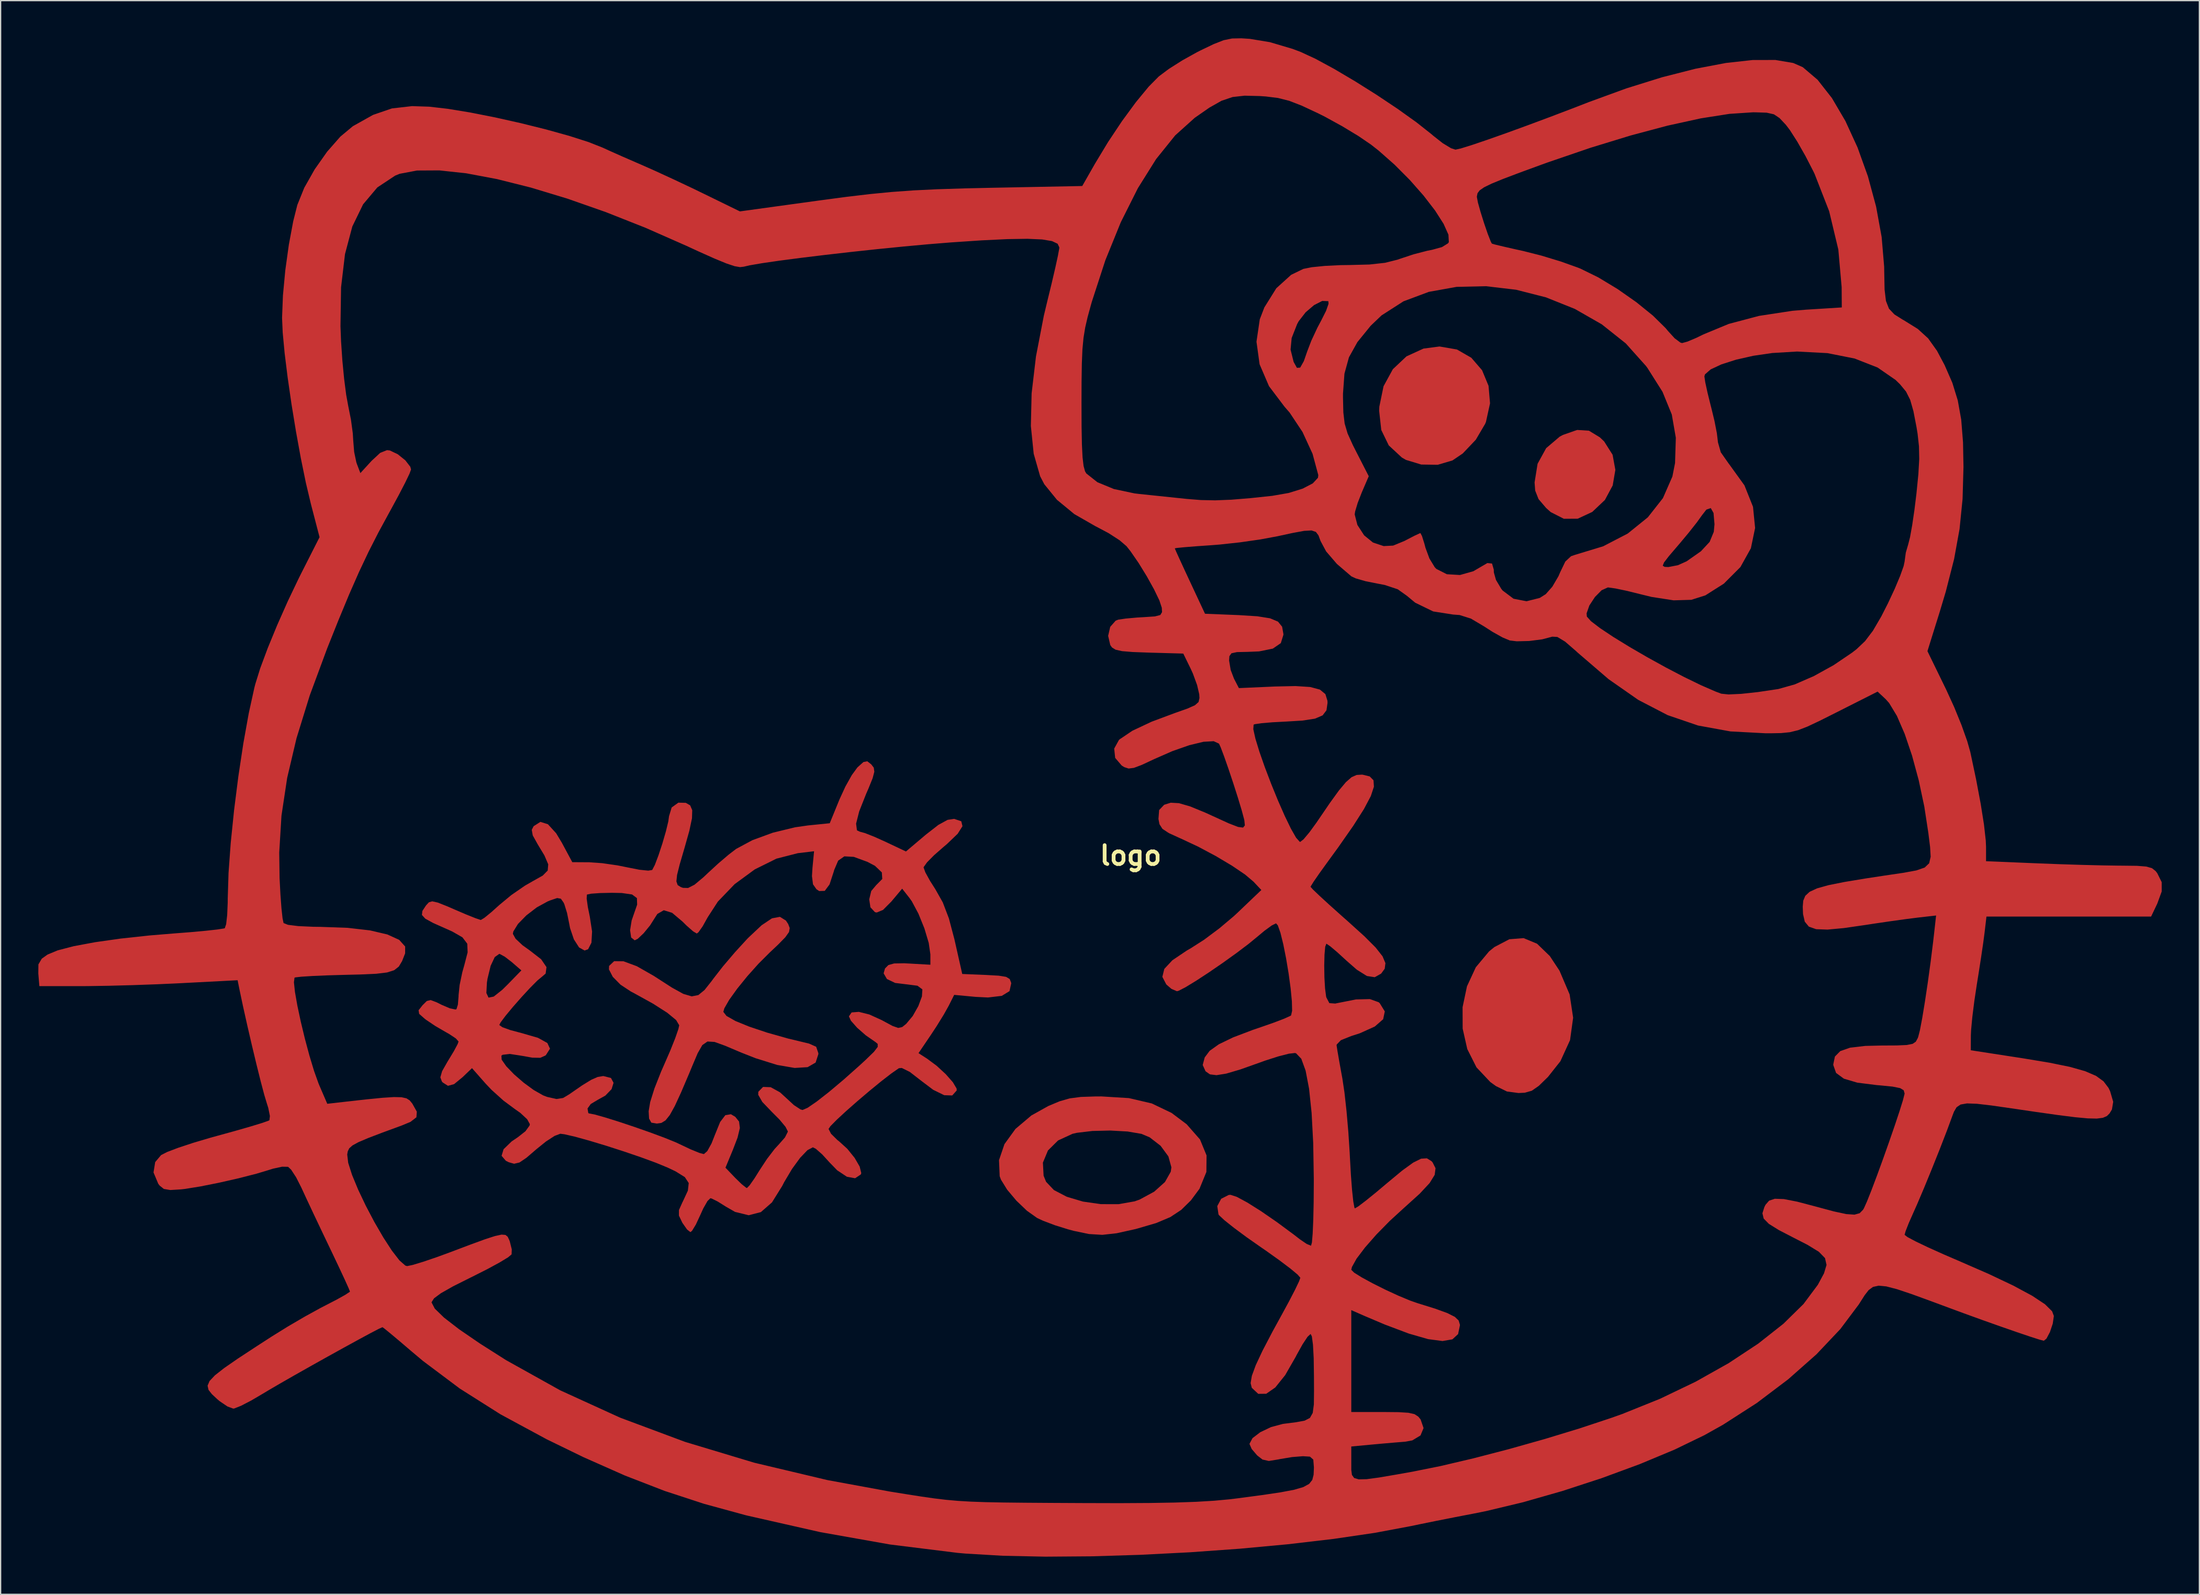
<source format=kicad_pcb>
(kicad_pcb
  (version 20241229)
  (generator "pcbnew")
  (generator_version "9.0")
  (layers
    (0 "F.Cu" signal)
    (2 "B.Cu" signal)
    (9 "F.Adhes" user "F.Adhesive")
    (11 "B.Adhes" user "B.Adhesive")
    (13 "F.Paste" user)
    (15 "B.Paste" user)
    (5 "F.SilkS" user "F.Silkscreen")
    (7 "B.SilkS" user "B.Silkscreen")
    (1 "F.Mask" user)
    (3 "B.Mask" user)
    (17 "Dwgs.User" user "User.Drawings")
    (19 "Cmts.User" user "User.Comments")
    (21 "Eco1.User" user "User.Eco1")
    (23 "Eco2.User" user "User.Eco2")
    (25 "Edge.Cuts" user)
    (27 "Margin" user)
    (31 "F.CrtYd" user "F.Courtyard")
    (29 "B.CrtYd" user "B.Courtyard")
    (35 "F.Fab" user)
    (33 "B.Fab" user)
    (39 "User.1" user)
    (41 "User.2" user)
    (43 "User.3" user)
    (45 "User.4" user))
  (footprint "logo"
    (layer "F.Cu")
    (at 86.957 65.07)
    (property "Reference" "logo" (at 0 0 0) (layer "F.SilkS") (effects (font (size 1.5 1.5) (thickness 0.3))))
    (attr board_only exclude_from_pos_files exclude_from_bom)
    (fp_poly (pts (xy 36.481 -33.825) (xy 37.355 -33.293) (xy 37.696 -32.965) (xy 38.365 -31.91) (xy 38.585 -30.705) (xy 38.374 -29.466) (xy 37.754 -28.311) (xy 36.749 -27.359) (xy 35.589 -26.817) (xy 34.485 -26.811) (xy 33.439 -27.344) (xy 33.074 -27.67) (xy 32.469 -28.379) (xy 32.203 -29.054) (xy 32.155 -29.707) (xy 32.394 -31.192) (xy 33.076 -32.434) (xy 34.155 -33.351) (xy 34.417 -33.49) (xy 35.545 -33.884)) (stroke (width 0) (type solid)) (fill yes) (layer "F.Cu"))
    (fp_poly (pts (xy 25.974 -40.291) (xy 27.12 -39.631) (xy 27.975 -38.639) (xy 28.489 -37.401) (xy 28.609 -36.003) (xy 28.286 -34.533) (xy 28.223 -34.376) (xy 27.477 -33.107) (xy 26.44 -32.015) (xy 25.616 -31.456) (xy 24.447 -31.111) (xy 23.133 -31.13) (xy 21.917 -31.499) (xy 21.589 -31.688) (xy 20.547 -32.653) (xy 19.951 -33.879) (xy 19.781 -35.412) (xy 19.796 -35.737) (xy 20.131 -37.365) (xy 20.872 -38.721) (xy 21.955 -39.742) (xy 23.314 -40.364) (xy 24.589 -40.53)) (stroke (width 0) (type solid)) (fill yes) (layer "F.Cu"))
    (fp_poly (pts (xy 32.352 7.026) (xy 33.368 8.008) (xy 34.138 9.173) (xy 34.945 11.064) (xy 35.224 12.919) (xy 34.978 14.703) (xy 34.211 16.382) (xy 33.224 17.629) (xy 32.492 18.343) (xy 31.931 18.733) (xy 31.371 18.891) (xy 30.875 18.915) (xy 29.956 18.793) (xy 29.08 18.363) (xy 28.627 18.037) (xy 27.528 16.869) (xy 26.797 15.415) (xy 26.429 13.783) (xy 26.423 12.082) (xy 26.773 10.418) (xy 27.477 8.9) (xy 28.532 7.636) (xy 28.957 7.292) (xy 30.149 6.669) (xy 31.28 6.58)) (stroke (width 0) (type solid)) (fill yes) (layer "F.Cu"))
    (fp_poly (pts (xy -0.142 19.319) (xy 1.681 19.745) (xy 3.257 20.5) (xy 4.461 21.405) (xy 5.519 22.611) (xy 6.042 23.882) (xy 6.029 25.198) (xy 5.479 26.542) (xy 4.795 27.464) (xy 4.029 28.216) (xy 3.156 28.794) (xy 2.036 29.267) (xy 0.534 29.707) (xy 0.304 29.766) (xy -1.12 30.081) (xy -2.255 30.207) (xy -3.318 30.143) (xy -4.528 29.89) (xy -4.999 29.764) (xy -6.027 29.443) (xy -6.97 29.086) (xy -7.451 28.862) (xy -8.257 28.289) (xy -9.098 27.485) (xy -9.835 26.607) (xy -10.326 25.812) (xy -10.426 25.54) (xy -10.472 24.459) (xy -6.986 24.459) (xy -6.93 25.499) (xy -6.732 25.984) (xy -6.106 26.644) (xy -5.083 27.177) (xy -3.795 27.559) (xy -2.377 27.763) (xy -0.96 27.765) (xy 0.32 27.539) (xy 0.71 27.401) (xy 1.873 26.771) (xy 2.731 26.001) (xy 3.191 25.185) (xy 3.243 24.83) (xy 3.004 23.962) (xy 2.382 23.114) (xy 1.514 22.442) (xy 0.861 22.167) (xy -0.237 21.979) (xy -1.62 21.902) (xy -3.046 21.936) (xy -4.274 22.081) (xy -4.628 22.162) (xy -5.78 22.693) (xy -6.584 23.491) (xy -6.986 24.459) (xy -10.472 24.459) (xy -10.481 24.263) (xy -10.047 22.985) (xy -9.172 21.775) (xy -7.903 20.702) (xy -6.559 19.951) (xy -5.657 19.573) (xy -4.859 19.343) (xy -3.971 19.226) (xy -2.8 19.187) (xy -2.327 19.185)) (stroke (width 0) (type solid)) (fill yes) (layer "F.Cu"))
    (fp_poly (pts (xy -27.442 5.185) (xy -27.26 5.463) (xy -27.141 5.778) (xy -27.196 6.094) (xy -27.488 6.507) (xy -28.078 7.11) (xy -28.734 7.728) (xy -29.628 8.621) (xy -30.517 9.615) (xy -31.32 10.606) (xy -31.956 11.491) (xy -32.344 12.167) (xy -32.426 12.451) (xy -32.172 12.778) (xy -31.46 13.181) (xy -30.36 13.631) (xy -28.944 14.104) (xy -27.285 14.573) (xy -25.603 14.978) (xy -25.036 15.231) (xy -24.861 15.74) (xy -24.86 15.818) (xy -25.078 16.488) (xy -25.716 16.855) (xy -26.746 16.918) (xy -28.139 16.679) (xy -29.869 16.139) (xy -31.043 15.676) (xy -32.279 15.151) (xy -33.121 14.847) (xy -33.687 14.812) (xy -34.096 15.095) (xy -34.467 15.743) (xy -34.917 16.805) (xy -35.144 17.353) (xy -35.79 18.868) (xy -36.288 19.949) (xy -36.685 20.666) (xy -37.026 21.091) (xy -37.357 21.294) (xy -37.723 21.347) (xy -37.726 21.347) (xy -38.157 21.274) (xy -38.337 20.951) (xy -38.37 20.365) (xy -38.247 19.629) (xy -37.906 18.54) (xy -37.385 17.221) (xy -37.154 16.695) (xy -36.656 15.551) (xy -36.257 14.552) (xy -36.004 13.822) (xy -35.938 13.52) (xy -36.184 13.105) (xy -36.894 12.52) (xy -38.032 11.793) (xy -39.558 10.95) (xy -39.78 10.835) (xy -40.608 10.289) (xy -41.228 9.66) (xy -41.532 9.072) (xy -41.52 8.796) (xy -41.119 8.415) (xy -40.375 8.424) (xy -39.314 8.817) (xy -37.962 9.588) (xy -37.769 9.713) (xy -36.518 10.52) (xy -35.61 11.021) (xy -34.943 11.218) (xy -34.414 11.115) (xy -33.924 10.714) (xy -33.37 10.016) (xy -33.226 9.818) (xy -32.457 8.831) (xy -31.494 7.699) (xy -30.532 6.649) (xy -30.438 6.553) (xy -29.376 5.554) (xy -28.551 5.003) (xy -27.92 4.885)) (stroke (width 0) (type solid)) (fill yes) (layer "F.Cu"))
    (fp_poly (pts (xy -20.649 -7.254) (xy -20.448 -6.992) (xy -20.405 -6.667) (xy -20.541 -6.151) (xy -20.878 -5.318) (xy -21.052 -4.92) (xy -21.611 -3.508) (xy -21.857 -2.535) (xy -21.789 -2.003) (xy -21.549 -1.891) (xy -21.147 -1.782) (xy -20.419 -1.495) (xy -19.55 -1.105) (xy -17.888 -0.319) (xy -16.307 -1.656) (xy -15.308 -2.434) (xy -14.571 -2.838) (xy -14.053 -2.916) (xy -13.484 -2.725) (xy -13.388 -2.333) (xy -13.77 -1.729) (xy -14.634 -0.902) (xy -14.871 -0.703) (xy -15.64 -0.03) (xy -16.209 0.546) (xy -16.475 0.92) (xy -16.483 0.959) (xy -16.341 1.349) (xy -15.971 2.021) (xy -15.55 2.683) (xy -14.956 3.735) (xy -14.469 5.011) (xy -14.032 6.664) (xy -14.012 6.753) (xy -13.407 9.436) (xy -11.5 9.514) (xy -10.496 9.571) (xy -9.912 9.666) (xy -9.626 9.84) (xy -9.516 10.133) (xy -9.509 10.182) (xy -9.644 10.801) (xy -10.26 11.177) (xy -11.356 11.307) (xy -12.34 11.259) (xy -14.048 11.099) (xy -14.484 11.967) (xy -14.875 12.666) (xy -15.438 13.579) (xy -15.904 14.288) (xy -16.888 15.74) (xy -16.213 16.174) (xy -15.442 16.746) (xy -14.72 17.412) (xy -14.155 18.053) (xy -13.859 18.55) (xy -13.846 18.709) (xy -14.203 19.109) (xy -14.842 19.088) (xy -15.718 18.659) (xy -16.627 17.973) (xy -17.583 17.233) (xy -18.219 16.919) (xy -18.451 16.939) (xy -19.05 17.355) (xy -19.863 17.985) (xy -20.796 18.749) (xy -21.759 19.568) (xy -22.658 20.36) (xy -23.4 21.047) (xy -23.894 21.548) (xy -24.049 21.774) (xy -23.848 22.162) (xy -23.352 22.652) (xy -23.221 22.753) (xy -22.555 23.358) (xy -21.974 24.078) (xy -21.573 24.768) (xy -21.445 25.286) (xy -21.479 25.395) (xy -21.935 25.701) (xy -22.592 25.58) (xy -23.364 25.066) (xy -23.958 24.454) (xy -24.558 23.798) (xy -25.06 23.357) (xy -25.298 23.238) (xy -25.73 23.465) (xy -26.311 24.073) (xy -26.956 24.958) (xy -27.583 26.013) (xy -27.739 26.317) (xy -28.552 27.622) (xy -29.436 28.396) (xy -30.409 28.647) (xy -31.492 28.38) (xy -32.213 27.967) (xy -32.871 27.555) (xy -33.353 27.316) (xy -33.456 27.291) (xy -33.689 27.52) (xy -34.024 28.108) (xy -34.266 28.643) (xy -34.614 29.391) (xy -34.913 29.881) (xy -35.045 29.992) (xy -35.315 29.78) (xy -35.674 29.267) (xy -35.698 29.225) (xy -35.96 28.677) (xy -35.958 28.231) (xy -35.684 27.618) (xy -35.642 27.538) (xy -35.248 26.688) (xy -35.18 26.084) (xy -35.491 25.609) (xy -36.233 25.148) (xy -36.86 24.851) (xy -37.778 24.473) (xy -38.977 24.033) (xy -40.339 23.568) (xy -41.747 23.114) (xy -43.083 22.711) (xy -44.229 22.393) (xy -45.067 22.2) (xy -45.402 22.157) (xy -45.859 22.329) (xy -46.55 22.778) (xy -47.287 23.373) (xy -48.101 24.072) (xy -48.656 24.447) (xy -49.082 24.547) (xy -49.51 24.424) (xy -49.74 24.308) (xy -50.078 23.914) (xy -49.919 23.39) (xy -49.28 22.771) (xy -48.777 22.43) (xy -48.179 21.959) (xy -47.85 21.503) (xy -47.828 21.392) (xy -48.042 21.003) (xy -48.589 20.494) (xy -49.042 20.175) (xy -49.932 19.514) (xy -50.874 18.665) (xy -51.344 18.171) (xy -52.433 16.934) (xy -53.185 17.654) (xy -53.86 18.208) (xy -54.347 18.34) (xy -54.763 18.074) (xy -54.831 17.996) (xy -54.953 17.666) (xy -54.812 17.173) (xy -54.37 16.395) (xy -54.324 16.322) (xy -53.875 15.579) (xy -53.576 15.019) (xy -53.502 14.814) (xy -53.719 14.569) (xy -54.263 14.206) (xy -54.515 14.066) (xy -55.347 13.582) (xy -55.471 13.499) (xy -50.26 13.499) (xy -50.017 13.673) (xy -49.381 13.903) (xy -48.487 14.141) (xy -48.462 14.147) (xy -47.181 14.519) (xy -46.435 14.931) (xy -46.224 15.385) (xy -46.543 15.884) (xy -46.601 15.934) (xy -46.998 16.11) (xy -47.637 16.099) (xy -48.405 15.96) (xy -49.419 15.803) (xy -49.993 15.869) (xy -50.092 15.937) (xy -50.072 16.259) (xy -49.703 16.786) (xy -49.086 17.426) (xy -48.324 18.087) (xy -47.519 18.677) (xy -46.771 19.102) (xy -46.461 19.222) (xy -45.711 19.391) (xy -45.181 19.31) (xy -44.699 19.022) (xy -43.663 18.305) (xy -42.943 17.863) (xy -42.429 17.636) (xy -42.011 17.566) (xy -41.966 17.565) (xy -41.37 17.717) (xy -41.164 18.101) (xy -41.321 18.605) (xy -41.816 19.119) (xy -42.413 19.451) (xy -42.977 19.787) (xy -43.233 20.142) (xy -43.234 20.164) (xy -43.175 20.503) (xy -43.134 20.536) (xy -42.666 20.625) (xy -41.818 20.864) (xy -40.715 21.21) (xy -39.482 21.622) (xy -38.244 22.056) (xy -37.125 22.471) (xy -36.252 22.824) (xy -35.915 22.98) (xy -35.046 23.392) (xy -34.34 23.681) (xy -33.975 23.779) (xy -33.705 23.543) (xy -33.367 22.932) (xy -33.103 22.263) (xy -32.679 21.22) (xy -32.266 20.679) (xy -31.824 20.604) (xy -31.476 20.809) (xy -31.173 21.187) (xy -31.109 21.701) (xy -31.294 22.467) (xy -31.665 23.436) (xy -32.255 24.861) (xy -31.479 25.671) (xy -30.962 26.175) (xy -30.605 26.458) (xy -30.547 26.481) (xy -30.337 26.268) (xy -29.948 25.714) (xy -29.54 25.062) (xy -28.952 24.167) (xy -28.34 23.367) (xy -27.991 22.989) (xy -27.52 22.452) (xy -27.295 22.006) (xy -27.291 21.968) (xy -27.477 21.604) (xy -27.961 21.021) (xy -28.55 20.43) (xy -29.321 19.627) (xy -29.647 19.058) (xy -29.64 18.816) (xy -29.263 18.429) (xy -28.655 18.451) (xy -27.914 18.86) (xy -27.409 19.32) (xy -26.803 19.88) (xy -26.285 20.219) (xy -26.117 20.266) (xy -25.711 20.088) (xy -24.986 19.59) (xy -24.013 18.829) (xy -22.86 17.859) (xy -21.598 16.737) (xy -21.098 16.277) (xy -20.437 15.634) (xy -20.135 15.242) (xy -20.139 15) (xy -20.319 14.852) (xy -21.081 14.324) (xy -21.775 13.716) (xy -22.268 13.158) (xy -22.428 12.811) (xy -22.214 12.498) (xy -21.639 12.452) (xy -20.804 12.661) (xy -19.809 13.112) (xy -19.716 13.164) (xy -18.959 13.573) (xy -18.504 13.732) (xy -18.188 13.662) (xy -17.871 13.409) (xy -17.35 12.784) (xy -16.902 11.992) (xy -16.616 11.225) (xy -16.581 10.673) (xy -16.588 10.654) (xy -16.97 10.371) (xy -17.767 10.268) (xy -17.774 10.268) (xy -18.745 10.15) (xy -19.402 9.836) (xy -19.664 9.385) (xy -19.557 9) (xy -19.288 8.726) (xy -18.829 8.597) (xy -18.036 8.584) (xy -17.598 8.605) (xy -15.943 8.699) (xy -15.943 7.872) (xy -16.075 6.958) (xy -16.42 5.806) (xy -16.896 4.63) (xy -17.423 3.645) (xy -17.618 3.371) (xy -18.19 2.643) (xy -19.048 3.665) (xy -19.713 4.334) (xy -20.214 4.541) (xy -20.356 4.513) (xy -20.716 4.127) (xy -20.811 3.493) (xy -20.651 2.829) (xy -20.266 2.369) (xy -19.773 1.871) (xy -19.808 1.346) (xy -20.359 0.82) (xy -20.952 0.508) (xy -22.042 0.109) (xy -22.792 0.069) (xy -23.284 0.412) (xy -23.603 1.161) (xy -23.632 1.273) (xy -23.969 2.304) (xy -24.35 2.817) (xy -24.794 2.831) (xy -25.012 2.688) (xy -25.288 2.294) (xy -25.37 1.644) (xy -25.33 0.99) (xy -25.203 -0.337) (xy -26.496 -0.184) (xy -28.202 0.254) (xy -29.924 1.109) (xy -31.524 2.281) (xy -32.861 3.672) (xy -33.67 4.921) (xy -34.072 5.641) (xy -34.403 6.111) (xy -34.539 6.215) (xy -34.836 6.036) (xy -35.353 5.582) (xy -35.668 5.269) (xy -36.503 4.564) (xy -37.166 4.36) (xy -37.677 4.655) (xy -37.854 4.931) (xy -38.258 5.568) (xy -38.766 6.188) (xy -39.235 6.633) (xy -39.48 6.755) (xy -39.764 6.529) (xy -39.848 5.951) (xy -39.725 5.178) (xy -39.574 4.741) (xy -39.287 3.915) (xy -39.305 3.392) (xy -39.69 3.105) (xy -40.507 2.988) (xy -41.289 2.972) (xy -42.238 2.992) (xy -42.954 3.042) (xy -43.285 3.113) (xy -43.286 3.115) (xy -43.305 3.432) (xy -43.21 4.115) (xy -43.054 4.876) (xy -42.874 6.054) (xy -42.924 6.944) (xy -43.19 7.465) (xy -43.472 7.566) (xy -43.911 7.321) (xy -44.323 6.679) (xy -44.627 5.783) (xy -44.693 5.438) (xy -44.866 4.583) (xy -45.079 3.89) (xy -45.143 3.749) (xy -45.359 3.442) (xy -45.655 3.389) (xy -46.216 3.578) (xy -46.418 3.662) (xy -47.278 4.133) (xy -48.106 4.77) (xy -48.772 5.45) (xy -49.142 6.051) (xy -49.179 6.24) (xy -48.964 6.628) (xy -48.405 7.153) (xy -47.828 7.566) (xy -46.927 8.266) (xy -46.503 8.889) (xy -46.571 9.403) (xy -46.855 9.647) (xy -47.224 9.953) (xy -47.8 10.532) (xy -48.482 11.27) (xy -49.169 12.052) (xy -49.76 12.763) (xy -50.154 13.29) (xy -50.26 13.499) (xy -55.471 13.499) (xy -56.093 13.08) (xy -56.197 13) (xy -56.639 12.611) (xy -56.686 12.326) (xy -56.371 11.924) (xy -56.368 11.921) (xy -56.03 11.587) (xy -55.723 11.513) (xy -55.245 11.693) (xy -54.855 11.889) (xy -54.193 12.172) (xy -53.745 12.264) (xy -53.671 12.238) (xy -53.557 11.878) (xy -53.503 11.22) (xy -53.502 11.125) (xy -53.484 10.949) (xy -51.289 10.949) (xy -51.115 11.319) (xy -50.701 11.234) (xy -50.023 10.695) (xy -49.571 10.249) (xy -48.503 9.15) (xy -49.261 8.493) (xy -49.82 8.062) (xy -50.222 7.843) (xy -50.265 7.836) (xy -50.622 8.09) (xy -50.948 8.783) (xy -51.199 9.817) (xy -51.246 10.122) (xy -51.289 10.949) (xy -53.484 10.949) (xy -53.418 10.316) (xy -53.204 9.295) (xy -53.042 8.72) (xy -52.781 7.713) (xy -52.81 7.024) (xy -53.196 6.516) (xy -54.006 6.051) (xy -54.451 5.852) (xy -55.52 5.377) (xy -56.154 5.029) (xy -56.42 4.734) (xy -56.383 4.416) (xy -56.108 3.998) (xy -56.084 3.966) (xy -55.866 3.729) (xy -55.597 3.651) (xy -55.156 3.75) (xy -54.416 4.043) (xy -53.818 4.303) (xy -52.889 4.701) (xy -52.156 4.994) (xy -51.755 5.13) (xy -51.728 5.134) (xy -51.444 4.963) (xy -50.895 4.515) (xy -50.256 3.941) (xy -49.301 3.151) (xy -48.217 2.403) (xy -47.579 2.037) (xy -46.805 1.603) (xy -46.406 1.199) (xy -46.365 0.704) (xy -46.668 -0.003) (xy -47.208 -0.899) (xy -47.597 -1.598) (xy -47.677 -2.041) (xy -47.53 -2.33) (xy -46.989 -2.676) (xy -46.389 -2.488) (xy -45.734 -1.77) (xy -45.281 -1.017) (xy -44.45 0.532) (xy -43.099 0.54) (xy -42.075 0.612) (xy -40.851 0.788) (xy -40.013 0.957) (xy -39.102 1.136) (xy -38.407 1.206) (xy -38.089 1.156) (xy -37.875 0.745) (xy -37.586 -0.019) (xy -37.275 -0.965) (xy -36.997 -1.922) (xy -36.805 -2.717) (xy -36.749 -3.127) (xy -36.538 -3.823) (xy -36.006 -4.206) (xy -35.411 -4.192) (xy -35.065 -3.99) (xy -34.901 -3.607) (xy -34.921 -2.962) (xy -35.129 -1.974) (xy -35.526 -0.563) (xy -35.533 -0.54) (xy -35.9 0.715) (xy -36.109 1.551) (xy -36.162 2.065) (xy -36.062 2.355) (xy -35.813 2.515) (xy -35.637 2.577) (xy -35.228 2.588) (xy -34.723 2.33) (xy -34.017 1.74) (xy -33.678 1.42) (xy -32.831 0.64) (xy -31.995 -0.072) (xy -31.407 -0.522) (xy -30.11 -1.219) (xy -28.48 -1.815) (xy -26.722 -2.244) (xy -25.691 -2.392) (xy -23.955 -2.567) (xy -23.182 -4.459) (xy -22.709 -5.489) (xy -22.199 -6.4) (xy -21.76 -7.002) (xy -21.745 -7.018) (xy -21.272 -7.442) (xy -20.964 -7.501)) (stroke (width 0) (type solid)) (fill yes) (layer "F.Cu"))
    (fp_poly (pts (xy 9.481 -65.027) (xy 11.082 -64.763) (xy 12.89 -64.227) (xy 13.534 -63.984) (xy 14.712 -63.438) (xy 16.194 -62.635) (xy 17.859 -61.651) (xy 19.588 -60.563) (xy 21.258 -59.448) (xy 22.75 -58.381) (xy 23.942 -57.439) (xy 24.103 -57.3) (xy 24.847 -56.715) (xy 25.504 -56.317) (xy 25.856 -56.204) (xy 26.281 -56.298) (xy 27.136 -56.563) (xy 28.348 -56.973) (xy 29.844 -57.501) (xy 31.552 -58.123) (xy 33.399 -58.811) (xy 35.311 -59.539) (xy 36.479 -59.993) (xy 39.456 -61.08) (xy 42.3 -61.967) (xy 44.96 -62.645) (xy 47.386 -63.106) (xy 49.525 -63.342) (xy 51.328 -63.344) (xy 52.743 -63.105) (xy 53.502 -62.772) (xy 54.683 -61.768) (xy 55.826 -60.31) (xy 56.898 -58.484) (xy 57.864 -56.379) (xy 58.69 -54.079) (xy 59.341 -51.673) (xy 59.784 -49.245) (xy 59.983 -46.884) (xy 59.991 -46.38) (xy 60.017 -45.062) (xy 60.125 -44.158) (xy 60.367 -43.541) (xy 60.797 -43.084) (xy 61.467 -42.662) (xy 61.568 -42.607) (xy 62.659 -41.929) (xy 63.485 -41.176) (xy 64.187 -40.191) (xy 64.797 -39.046) (xy 65.412 -37.636) (xy 65.844 -36.235) (xy 66.118 -34.702) (xy 66.261 -32.9) (xy 66.298 -30.939) (xy 66.225 -28.387) (xy 65.986 -26.001) (xy 65.551 -23.603) (xy 64.89 -21.016) (xy 64.413 -19.422) (xy 63.429 -16.27) (xy 64.924 -13.201) (xy 65.558 -11.814) (xy 66.139 -10.388) (xy 66.596 -9.103) (xy 66.84 -8.241) (xy 67.299 -6.074) (xy 67.667 -4.12) (xy 67.929 -2.467) (xy 68.071 -1.2) (xy 68.094 -0.688) (xy 68.094 0.456) (xy 72.349 0.632) (xy 74.047 0.696) (xy 75.776 0.75) (xy 77.364 0.789) (xy 78.639 0.808) (xy 78.954 0.81) (xy 80.108 0.823) (xy 80.848 0.881) (xy 81.3 1.01) (xy 81.591 1.239) (xy 81.724 1.411) (xy 82.076 2.121) (xy 82.077 2.867) (xy 81.727 3.829) (xy 81.689 3.909) (xy 81.234 4.864) (xy 74.68 4.864) (xy 68.127 4.864) (xy 67.976 6.147) (xy 67.867 6.972) (xy 67.695 8.143) (xy 67.488 9.475) (xy 67.36 10.268) (xy 67.161 11.593) (xy 67.002 12.857) (xy 66.906 13.878) (xy 66.886 14.307) (xy 66.878 15.509) (xy 71.066 16.156) (xy 73.152 16.502) (xy 74.766 16.832) (xy 75.975 17.173) (xy 76.847 17.548) (xy 77.447 17.984) (xy 77.843 18.506) (xy 77.972 18.775) (xy 78.217 19.614) (xy 78.116 20.219) (xy 78.098 20.254) (xy 77.925 20.54) (xy 77.711 20.751) (xy 77.393 20.888) (xy 76.908 20.95) (xy 76.193 20.934) (xy 75.187 20.841) (xy 73.825 20.669) (xy 72.046 20.418) (xy 70.12 20.135) (xy 68.519 19.905) (xy 67.367 19.771) (xy 66.578 19.742) (xy 66.068 19.83) (xy 65.75 20.046) (xy 65.541 20.401) (xy 65.412 20.739) (xy 64.979 21.911) (xy 64.415 23.369) (xy 63.786 24.943) (xy 63.163 26.464) (xy 62.612 27.761) (xy 62.317 28.423) (xy 61.945 29.266) (xy 61.689 29.918) (xy 61.609 30.207) (xy 61.845 30.388) (xy 62.5 30.736) (xy 63.492 31.21) (xy 64.739 31.771) (xy 65.826 32.239) (xy 68.301 33.319) (xy 70.275 34.255) (xy 71.763 35.057) (xy 72.784 35.733) (xy 73.352 36.294) (xy 73.493 36.669) (xy 73.403 37.282) (xy 73.179 37.951) (xy 72.904 38.471) (xy 72.695 38.64) (xy 72.355 38.553) (xy 71.602 38.311) (xy 70.529 37.948) (xy 69.23 37.496) (xy 67.798 36.988) (xy 66.328 36.455) (xy 65.662 36.21) (xy 63.69 35.478) (xy 62.16 34.921) (xy 61.004 34.534) (xy 60.152 34.313) (xy 59.538 34.255) (xy 59.092 34.355) (xy 58.746 34.61) (xy 58.432 35.015) (xy 58.081 35.566) (xy 57.961 35.755) (xy 56.495 37.71) (xy 54.594 39.72) (xy 52.345 41.709) (xy 49.839 43.602) (xy 47.163 45.323) (xy 45.666 46.162) (xy 43.293 47.311) (xy 40.524 48.466) (xy 37.498 49.581) (xy 34.355 50.608) (xy 31.237 51.499) (xy 28.284 52.206) (xy 27.291 52.405) (xy 25.824 52.688) (xy 24.332 52.983) (xy 23.021 53.249) (xy 22.321 53.396) (xy 19.448 53.935) (xy 16.149 54.42) (xy 12.528 54.844) (xy 8.688 55.2) (xy 4.732 55.484) (xy 0.765 55.687) (xy -3.111 55.806) (xy -6.793 55.833) (xy -10.176 55.762) (xy -13.158 55.587) (xy -13.781 55.531) (xy -19.161 54.863) (xy -24.708 53.879) (xy -30.539 52.558) (xy -30.669 52.526) (xy -33.957 51.627) (xy -37.103 50.596) (xy -40.255 49.375) (xy -43.558 47.911) (xy -46.477 46.491) (xy -50.156 44.503) (xy -53.406 42.446) (xy -56.339 40.246) (xy -57.237 39.492) (xy -58.149 38.713) (xy -58.898 38.084) (xy -59.397 37.677) (xy -59.56 37.56) (xy -59.841 37.686) (xy -60.505 38.031) (xy -61.464 38.549) (xy -62.634 39.19) (xy -63.927 39.906) (xy -65.256 40.65) (xy -66.536 41.373) (xy -67.679 42.027) (xy -68.599 42.564) (xy -69.076 42.851) (xy -70.016 43.403) (xy -70.82 43.819) (xy -71.35 44.031) (xy -71.436 44.045) (xy -71.899 43.874) (xy -72.524 43.45) (xy -72.718 43.286) (xy -73.14 42.892) (xy -73.408 42.551) (xy -73.483 42.217) (xy -73.325 41.846) (xy -72.895 41.392) (xy -72.155 40.811) (xy -71.064 40.057) (xy -69.584 39.086) (xy -68.364 38.297) (xy -67.099 37.512) (xy -65.724 36.708) (xy -64.474 36.021) (xy -64.108 35.833) (xy -63.201 35.363) (xy -62.517 34.981) (xy -62.17 34.751) (xy -62.149 34.721) (xy -62.26 34.443) (xy -62.563 33.772) (xy -63.016 32.8) (xy -63.576 31.62) (xy -63.739 31.279) (xy -64.4 29.895) (xy -65.045 28.535) (xy -65.601 27.35) (xy -65.998 26.49) (xy -66.016 26.45) (xy -66.436 25.624) (xy -66.832 25.018) (xy -67.073 24.791) (xy -67.552 24.782) (xy -68.275 24.939) (xy -68.461 24.998) (xy -69.588 25.338) (xy -71.029 25.707) (xy -72.59 26.061) (xy -74.078 26.357) (xy -75.3 26.553) (xy -75.586 26.586) (xy -76.451 26.639) (xy -76.963 26.553) (xy -77.3 26.284) (xy -77.41 26.137) (xy -77.786 25.24) (xy -77.653 24.414) (xy -77.185 23.858) (xy -76.703 23.611) (xy -75.808 23.271) (xy -74.614 22.877) (xy -73.231 22.467) (xy -72.659 22.31) (xy -71.28 21.93) (xy -70.086 21.587) (xy -69.177 21.31) (xy -68.649 21.127) (xy -68.561 21.083) (xy -68.52 20.745) (xy -68.653 20.093) (xy -68.771 19.72) (xy -68.968 19.065) (xy -69.25 17.999) (xy -69.589 16.64) (xy -69.957 15.105) (xy -70.326 13.512) (xy -70.668 11.978) (xy -70.954 10.621) (xy -70.963 10.574) (xy -71.092 9.933) (xy -75.605 10.168) (xy -77.458 10.253) (xy -79.448 10.324) (xy -81.372 10.375) (xy -83.03 10.401) (xy -83.496 10.403) (xy -86.873 10.403) (xy -86.957 9.396) (xy -86.949 8.672) (xy -86.684 8.219) (xy -86.222 7.89) (xy -85.41 7.553) (xy -84.125 7.22) (xy -82.435 6.905) (xy -80.407 6.617) (xy -78.111 6.369) (xy -76.234 6.214) (xy -74.831 6.105) (xy -73.621 5.994) (xy -72.704 5.893) (xy -72.185 5.812) (xy -72.113 5.789) (xy -72.004 5.469) (xy -71.922 4.745) (xy -71.88 3.754) (xy -71.877 3.397) (xy -71.814 1.387) (xy -71.696 -0.233) (xy -67.779 -0.233) (xy -67.751 1.802) (xy -67.683 3.098) (xy -67.601 4.203) (xy -67.514 5.003) (xy -67.433 5.381) (xy -67.432 5.382) (xy -67.079 5.522) (xy -66.265 5.623) (xy -65.072 5.677) (xy -64.497 5.684) (xy -62.34 5.76) (xy -60.553 5.965) (xy -59.171 6.289) (xy -58.227 6.72) (xy -57.753 7.249) (xy -57.756 7.795) (xy -57.997 8.407) (xy -58.257 8.843) (xy -58.628 9.135) (xy -59.2 9.316) (xy -60.063 9.419) (xy -61.307 9.475) (xy -62.551 9.505) (xy -63.942 9.545) (xy -65.131 9.596) (xy -66.017 9.652) (xy -66.502 9.708) (xy -66.56 9.728) (xy -66.609 10.095) (xy -66.526 10.872) (xy -66.336 11.952) (xy -66.064 13.228) (xy -65.735 14.592) (xy -65.374 15.939) (xy -65.005 17.159) (xy -64.652 18.147) (xy -64.576 18.33) (xy -63.954 19.772) (xy -62.579 19.615) (xy -60.84 19.421) (xy -59.559 19.294) (xy -58.653 19.236) (xy -58.045 19.25) (xy -57.652 19.337) (xy -57.396 19.5) (xy -57.197 19.741) (xy -57.185 19.757) (xy -56.826 20.396) (xy -56.857 20.846) (xy -57.33 21.211) (xy -58.028 21.501) (xy -59.588 22.074) (xy -60.713 22.504) (xy -61.476 22.829) (xy -61.95 23.089) (xy -62.209 23.322) (xy -62.325 23.567) (xy -62.366 23.813) (xy -62.289 24.47) (xy -61.983 25.432) (xy -61.499 26.602) (xy -60.889 27.886) (xy -60.204 29.187) (xy -59.495 30.41) (xy -58.814 31.459) (xy -58.212 32.239) (xy -57.741 32.654) (xy -57.595 32.696) (xy -57.15 32.603) (xy -56.323 32.353) (xy -55.239 31.984) (xy -54.147 31.584) (xy -52.558 30.984) (xy -51.401 30.561) (xy -50.6 30.301) (xy -50.082 30.189) (xy -49.77 30.213) (xy -49.591 30.359) (xy -49.47 30.614) (xy -49.425 30.731) (xy -49.267 31.364) (xy -49.281 31.762) (xy -49.56 31.996) (xy -50.231 32.404) (xy -51.2 32.931) (xy -52.368 33.521) (xy -52.535 33.602) (xy -53.947 34.311) (xy -54.905 34.854) (xy -55.455 35.262) (xy -55.647 35.565) (xy -55.649 35.596) (xy -55.394 36.084) (xy -54.661 36.797) (xy -53.458 37.727) (xy -51.794 38.867) (xy -49.719 40.186) (xy -45.408 42.59) (xy -40.647 44.763) (xy -35.484 46.689) (xy -29.964 48.352) (xy -24.135 49.736) (xy -19.185 50.646) (xy -17.8 50.869) (xy -16.641 51.05) (xy -15.63 51.195) (xy -14.692 51.307) (xy -13.749 51.391) (xy -12.725 51.451) (xy -11.542 51.493) (xy -10.124 51.521) (xy -8.393 51.539) (xy -6.274 51.553) (xy -3.772 51.565) (xy -0.89 51.572) (xy 1.523 51.559) (xy 3.535 51.524) (xy 5.216 51.465) (xy 6.638 51.38) (xy 7.87 51.266) (xy 8.481 51.192) (xy 10.439 50.932) (xy 11.925 50.712) (xy 13.005 50.508) (xy 13.744 50.293) (xy 14.207 50.04) (xy 14.458 49.722) (xy 14.563 49.314) (xy 14.587 48.789) (xy 14.587 48.706) (xy 14.538 48.102) (xy 14.271 47.868) (xy 13.713 47.834) (xy 12.846 47.903) (xy 11.877 48.064) (xy 11.757 48.09) (xy 10.999 48.213) (xy 10.496 48.1) (xy 10.068 47.767) (xy 9.634 47.258) (xy 9.457 46.853) (xy 9.698 46.398) (xy 10.319 45.923) (xy 11.174 45.516) (xy 12.113 45.264) (xy 12.188 45.253) (xy 13.175 45.127) (xy 13.849 45.003) (xy 14.269 44.787) (xy 14.494 44.388) (xy 14.584 43.711) (xy 14.596 42.663) (xy 14.591 41.473) (xy 14.571 40.037) (xy 14.513 38.953) (xy 14.423 38.288) (xy 14.325 38.1) (xy 14.083 38.324) (xy 13.689 38.918) (xy 13.22 39.76) (xy 13.136 39.924) (xy 12.303 41.376) (xy 11.514 42.36) (xy 10.792 42.862) (xy 10.156 42.868) (xy 9.642 42.387) (xy 9.55 42.014) (xy 9.648 41.432) (xy 9.957 40.588) (xy 10.499 39.43) (xy 11.296 37.905) (xy 12.004 36.614) (xy 12.601 35.515) (xy 13.087 34.577) (xy 13.406 33.909) (xy 13.508 33.625) (xy 13.297 33.377) (xy 12.717 32.893) (xy 11.847 32.236) (xy 10.77 31.468) (xy 10.38 31.2) (xy 9.223 30.389) (xy 8.221 29.646) (xy 7.463 29.043) (xy 7.04 28.648) (xy 6.993 28.582) (xy 6.895 27.918) (xy 7.206 27.337) (xy 7.804 27.032) (xy 7.952 27.021) (xy 8.45 27.183) (xy 9.284 27.633) (xy 10.373 28.319) (xy 11.633 29.187) (xy 12.982 30.184) (xy 13.48 30.569) (xy 14.01 30.93) (xy 14.358 31.074) (xy 14.429 30.818) (xy 14.49 30.102) (xy 14.537 29.009) (xy 14.568 27.62) (xy 14.579 26.015) (xy 14.579 25.738) (xy 14.532 22.9) (xy 14.406 20.508) (xy 14.204 18.579) (xy 13.928 17.132) (xy 13.582 16.184) (xy 13.167 15.751) (xy 13.08 15.728) (xy 12.591 15.783) (xy 11.75 15.999) (xy 10.706 16.334) (xy 10.254 16.497) (xy 8.727 17.039) (xy 7.614 17.367) (xy 6.835 17.493) (xy 6.313 17.429) (xy 5.969 17.188) (xy 5.957 17.174) (xy 5.735 16.683) (xy 5.894 16.081) (xy 6.289 15.554) (xy 7.022 15.033) (xy 8.149 14.488) (xy 9.728 13.887) (xy 10.403 13.657) (xy 11.418 13.302) (xy 12.232 12.991) (xy 12.71 12.774) (xy 12.772 12.732) (xy 12.853 12.363) (xy 12.834 11.607) (xy 12.735 10.58) (xy 12.575 9.403) (xy 12.374 8.194) (xy 12.15 7.072) (xy 11.924 6.156) (xy 11.715 5.564) (xy 11.574 5.404) (xy 11.233 5.571) (xy 10.644 6.001) (xy 10.139 6.423) (xy 9.384 7.043) (xy 8.412 7.777) (xy 7.326 8.556) (xy 6.223 9.313) (xy 5.204 9.98) (xy 4.369 10.489) (xy 3.818 10.773) (xy 3.684 10.809) (xy 3.248 10.623) (xy 2.836 10.267) (xy 2.523 9.665) (xy 2.678 9.033) (xy 3.319 8.345) (xy 4.464 7.573) (xy 4.776 7.394) (xy 5.844 6.711) (xy 7.063 5.801) (xy 8.214 4.831) (xy 8.507 4.559) (xy 10.403 2.749) (xy 9.786 2.091) (xy 9.107 1.516) (xy 8.061 0.809) (xy 6.78 0.047) (xy 5.394 -0.693) (xy 4.035 -1.332) (xy 3.937 -1.374) (xy 3.039 -1.784) (xy 2.53 -2.121) (xy 2.293 -2.49) (xy 2.213 -2.91) (xy 2.267 -3.617) (xy 2.66 -4.03) (xy 2.681 -4.042) (xy 3.192 -4.202) (xy 3.846 -4.165) (xy 4.735 -3.907) (xy 5.951 -3.407) (xy 6.68 -3.074) (xy 7.819 -2.554) (xy 8.551 -2.272) (xy 8.949 -2.221) (xy 9.091 -2.396) (xy 9.051 -2.792) (xy 9.026 -2.905) (xy 8.836 -3.612) (xy 8.537 -4.6) (xy 8.176 -5.731) (xy 7.797 -6.867) (xy 7.446 -7.87) (xy 7.17 -8.604) (xy 7.034 -8.904) (xy 6.611 -9.1) (xy 5.797 -9.054) (xy 4.674 -8.784) (xy 3.324 -8.311) (xy 1.891 -7.683) (xy 0.902 -7.221) (xy 0.261 -6.977) (xy -0.163 -6.923) (xy -0.503 -7.033) (xy -0.712 -7.16) (xy -1.233 -7.771) (xy -1.311 -8.513) (xy -0.932 -9.198) (xy -0.878 -9.248) (xy 0.138 -9.932) (xy 1.67 -10.653) (xy 3.513 -11.341) (xy 4.522 -11.698) (xy 5.119 -11.964) (xy 5.404 -12.218) (xy 5.478 -12.537) (xy 5.459 -12.84) (xy 5.289 -13.573) (xy 4.955 -14.484) (xy 4.783 -14.862) (xy 4.188 -16.078) (xy 1.423 -16.155) (xy 0.15 -16.202) (xy -0.69 -16.272) (xy -1.2 -16.387) (xy -1.489 -16.566) (xy -1.623 -16.757) (xy -1.792 -17.489) (xy -1.627 -18.205) (xy -1.194 -18.697) (xy -0.983 -18.78) (xy -0.388 -18.866) (xy 0.502 -18.946) (xy 1.081 -18.98) (xy 1.929 -19.037) (xy 2.36 -19.147) (xy 2.499 -19.378) (xy 2.479 -19.726) (xy 2.285 -20.314) (xy 1.857 -21.2) (xy 1.279 -22.24) (xy 0.632 -23.292) (xy -0.003 -24.213) (xy -0.196 -24.457) (xy 3.513 -24.457) (xy 3.62 -24.204) (xy 3.909 -23.566) (xy 4.333 -22.646) (xy 4.716 -21.824) (xy 5.919 -19.249) (xy 8.602 -19.141) (xy 10.08 -19.048) (xy 11.096 -18.886) (xy 11.729 -18.621) (xy 12.057 -18.217) (xy 12.159 -17.64) (xy 12.16 -17.574) (xy 11.954 -16.91) (xy 11.319 -16.473) (xy 10.224 -16.25) (xy 9.31 -16.213) (xy 8.463 -16.195) (xy 8.024 -16.102) (xy 7.86 -15.869) (xy 7.836 -15.524) (xy 7.963 -14.771) (xy 8.226 -14.081) (xy 8.616 -13.328) (xy 11.486 -13.455) (xy 13.125 -13.491) (xy 14.297 -13.415) (xy 15.067 -13.208) (xy 15.502 -12.849) (xy 15.666 -12.317) (xy 15.672 -12.147) (xy 15.588 -11.561) (xy 15.281 -11.156) (xy 14.67 -10.895) (xy 13.673 -10.742) (xy 12.413 -10.666) (xy 11.31 -10.608) (xy 10.425 -10.534) (xy 9.887 -10.456) (xy 9.789 -10.42) (xy 9.764 -10.058) (xy 9.93 -9.308) (xy 10.248 -8.266) (xy 10.68 -7.032) (xy 11.186 -5.704) (xy 11.727 -4.379) (xy 12.264 -3.157) (xy 12.758 -2.136) (xy 13.17 -1.414) (xy 13.461 -1.09) (xy 13.498 -1.081) (xy 13.765 -1.29) (xy 14.229 -1.843) (xy 14.799 -2.627) (xy 14.896 -2.77) (xy 15.85 -4.169) (xy 16.576 -5.173) (xy 17.135 -5.84) (xy 17.586 -6.233) (xy 17.988 -6.412) (xy 18.401 -6.438) (xy 18.476 -6.432) (xy 19.03 -6.295) (xy 19.331 -5.99) (xy 19.366 -5.48) (xy 19.118 -4.729) (xy 18.573 -3.7) (xy 17.717 -2.356) (xy 16.533 -0.661) (xy 15.636 0.573) (xy 15.03 1.414) (xy 14.571 2.077) (xy 14.337 2.454) (xy 14.321 2.495) (xy 14.513 2.711) (xy 15.041 3.216) (xy 15.834 3.943) (xy 16.82 4.826) (xy 17.294 5.245) (xy 18.596 6.423) (xy 19.504 7.331) (xy 20.053 8.029) (xy 20.281 8.573) (xy 20.224 9.019) (xy 19.942 9.403) (xy 19.432 9.693) (xy 18.808 9.597) (xy 18.004 9.094) (xy 17.184 8.377) (xy 16.465 7.718) (xy 15.896 7.237) (xy 15.592 7.028) (xy 15.579 7.026) (xy 15.487 7.27) (xy 15.431 7.9) (xy 15.41 8.763) (xy 15.424 9.706) (xy 15.474 10.576) (xy 15.558 11.219) (xy 15.578 11.301) (xy 15.818 11.757) (xy 16.291 11.791) (xy 16.385 11.769) (xy 17.931 11.463) (xy 19.042 11.435) (xy 19.742 11.685) (xy 19.826 11.758) (xy 20.231 12.416) (xy 20.101 13.037) (xy 19.436 13.619) (xy 18.241 14.158) (xy 17.564 14.376) (xy 16.735 14.707) (xy 16.399 15.058) (xy 16.395 15.135) (xy 16.464 15.577) (xy 16.606 16.395) (xy 16.794 17.435) (xy 16.854 17.759) (xy 17.02 18.869) (xy 17.183 20.343) (xy 17.328 22.007) (xy 17.437 23.685) (xy 17.455 24.042) (xy 17.534 25.453) (xy 17.626 26.651) (xy 17.722 27.543) (xy 17.812 28.035) (xy 17.853 28.102) (xy 18.13 27.936) (xy 18.723 27.485) (xy 19.545 26.819) (xy 20.428 26.076) (xy 21.613 25.092) (xy 22.487 24.459) (xy 23.12 24.143) (xy 23.582 24.114) (xy 23.946 24.339) (xy 24.037 24.439) (xy 24.27 24.902) (xy 24.202 25.432) (xy 23.797 26.087) (xy 23.016 26.925) (xy 21.825 28.004) (xy 21.774 28.048) (xy 20.625 29.1) (xy 19.562 30.183) (xy 18.658 31.213) (xy 17.984 32.104) (xy 17.613 32.771) (xy 17.564 32.992) (xy 17.793 33.22) (xy 18.4 33.599) (xy 19.268 34.07) (xy 20.276 34.575) (xy 21.308 35.051) (xy 22.244 35.441) (xy 22.833 35.647) (xy 24.242 36.086) (xy 25.206 36.436) (xy 25.803 36.736) (xy 26.111 37.03) (xy 26.209 37.357) (xy 26.211 37.414) (xy 26.065 38.111) (xy 25.612 38.528) (xy 24.827 38.663) (xy 23.682 38.512) (xy 22.154 38.073) (xy 20.216 37.343) (xy 18.577 36.647) (xy 17.564 36.201) (xy 17.564 40.258) (xy 17.564 44.315) (xy 20.116 44.315) (xy 21.323 44.326) (xy 22.11 44.375) (xy 22.595 44.485) (xy 22.898 44.682) (xy 23.084 44.91) (xy 23.317 45.594) (xy 23.074 46.18) (xy 22.422 46.574) (xy 21.857 46.678) (xy 21.079 46.741) (xy 20.033 46.831) (xy 19.253 46.902) (xy 17.564 47.06) (xy 17.564 48.39) (xy 17.565 48.934) (xy 17.616 49.324) (xy 17.79 49.569) (xy 18.157 49.678) (xy 18.791 49.663) (xy 19.762 49.532) (xy 21.143 49.297) (xy 22.428 49.069) (xy 24.68 48.616) (xy 27.285 48.004) (xy 30.095 47.274) (xy 32.962 46.466) (xy 35.736 45.621) (xy 38.269 44.781) (xy 39.145 44.469) (xy 42.139 43.263) (xy 44.981 41.9) (xy 47.607 40.423) (xy 49.955 38.872) (xy 51.961 37.29) (xy 53.562 35.717) (xy 54.695 34.197) (xy 54.715 34.164) (xy 55.194 33.274) (xy 55.396 32.602) (xy 55.275 32.06) (xy 54.786 31.556) (xy 53.881 31.002) (xy 52.827 30.462) (xy 51.599 29.827) (xy 50.807 29.334) (xy 50.392 28.911) (xy 50.292 28.49) (xy 50.446 27.998) (xy 50.539 27.814) (xy 50.822 27.487) (xy 51.281 27.334) (xy 51.999 27.359) (xy 53.058 27.565) (xy 54.54 27.955) (xy 54.583 27.967) (xy 55.985 28.344) (xy 56.966 28.554) (xy 57.618 28.6) (xy 58.033 28.484) (xy 58.302 28.21) (xy 58.373 28.089) (xy 58.616 27.549) (xy 58.976 26.643) (xy 59.415 25.479) (xy 59.895 24.162) (xy 60.379 22.797) (xy 60.83 21.492) (xy 61.209 20.352) (xy 61.48 19.483) (xy 61.604 18.992) (xy 61.609 18.947) (xy 61.537 18.695) (xy 61.255 18.524) (xy 60.657 18.404) (xy 59.641 18.303) (xy 59.408 18.285) (xy 57.849 18.09) (xy 56.779 17.773) (xy 56.155 17.314) (xy 55.935 16.691) (xy 55.934 16.627) (xy 56.062 16.011) (xy 56.489 15.577) (xy 57.274 15.303) (xy 58.482 15.163) (xy 59.784 15.132) (xy 60.999 15.126) (xy 61.784 15.091) (xy 62.248 15) (xy 62.501 14.829) (xy 62.653 14.55) (xy 62.694 14.445) (xy 62.832 13.905) (xy 63.016 12.934) (xy 63.229 11.637) (xy 63.456 10.121) (xy 63.68 8.49) (xy 63.885 6.85) (xy 63.97 6.106) (xy 64.117 4.78) (xy 62.66 4.945) (xy 61.732 5.063) (xy 60.482 5.236) (xy 59.12 5.436) (xy 58.525 5.528) (xy 56.769 5.781) (xy 55.473 5.901) (xy 54.569 5.869) (xy 53.989 5.666) (xy 53.663 5.27) (xy 53.525 4.663) (xy 53.502 4.077) (xy 53.542 3.598) (xy 53.704 3.212) (xy 54.049 2.893) (xy 54.64 2.619) (xy 55.537 2.367) (xy 56.804 2.112) (xy 58.502 1.831) (xy 59.987 1.605) (xy 61.495 1.382) (xy 62.545 1.191) (xy 63.211 0.96) (xy 63.566 0.619) (xy 63.685 0.098) (xy 63.64 -0.674) (xy 63.504 -1.768) (xy 63.503 -1.78) (xy 63.178 -3.902) (xy 62.735 -5.988) (xy 62.205 -7.948) (xy 61.616 -9.687) (xy 60.998 -11.115) (xy 60.38 -12.138) (xy 60.108 -12.443) (xy 59.462 -13.05) (xy 56.174 -11.389) (xy 54.849 -10.724) (xy 53.877 -10.266) (xy 53.128 -9.975) (xy 52.472 -9.815) (xy 51.781 -9.746) (xy 50.926 -9.73) (xy 50.56 -9.73) (xy 47.745 -9.879) (xy 45.172 -10.348) (xy 42.755 -11.173) (xy 40.409 -12.39) (xy 38.048 -14.038) (xy 35.588 -16.152) (xy 35.455 -16.276) (xy 34.581 -17.032) (xy 33.971 -17.401) (xy 33.564 -17.424) (xy 32.758 -17.211) (xy 31.724 -17.079) (xy 30.732 -17.055) (xy 30.181 -17.121) (xy 29.606 -17.362) (xy 28.799 -17.813) (xy 28.145 -18.235) (xy 27.09 -18.862) (xy 26.187 -19.147) (xy 25.668 -19.185) (xy 25.066 -19.279) (xy 36.295 -19.279) (xy 36.316 -19.024) (xy 36.645 -18.655) (xy 37.374 -18.098) (xy 38.419 -17.403) (xy 39.696 -16.618) (xy 41.118 -15.792) (xy 42.601 -14.973) (xy 44.06 -14.211) (xy 45.409 -13.555) (xy 46.565 -13.052) (xy 47.017 -12.883) (xy 47.598 -12.823) (xy 48.606 -12.87) (xy 49.942 -13.014) (xy 51.505 -13.247) (xy 51.581 -13.26) (xy 52.869 -13.624) (xy 54.382 -14.283) (xy 55.957 -15.153) (xy 57.432 -16.152) (xy 57.787 -16.428) (xy 58.46 -17.066) (xy 59.088 -17.894) (xy 59.752 -19.031) (xy 60.286 -20.081) (xy 60.825 -21.236) (xy 61.257 -22.266) (xy 61.534 -23.044) (xy 61.609 -23.399) (xy 61.706 -24.116) (xy 61.898 -24.774) (xy 62.042 -25.339) (xy 62.215 -26.303) (xy 62.395 -27.529) (xy 62.551 -28.8) (xy 62.707 -30.369) (xy 62.775 -31.574) (xy 62.754 -32.586) (xy 62.645 -33.575) (xy 62.56 -34.101) (xy 62.313 -35.382) (xy 62.057 -36.277) (xy 61.725 -36.938) (xy 61.249 -37.517) (xy 60.889 -37.868) (xy 59.462 -38.855) (xy 57.632 -39.572) (xy 55.472 -40.001) (xy 53.055 -40.128) (xy 51.07 -40.01) (xy 49.572 -39.791) (xy 48.194 -39.479) (xy 47.03 -39.107) (xy 46.173 -38.707) (xy 45.72 -38.311) (xy 45.672 -38.148) (xy 45.742 -37.678) (xy 45.921 -36.853) (xy 46.172 -35.84) (xy 46.213 -35.686) (xy 46.475 -34.604) (xy 46.665 -33.628) (xy 46.746 -32.958) (xy 46.747 -32.917) (xy 46.978 -32.104) (xy 47.631 -31.172) (xy 47.657 -31.143) (xy 48.862 -29.471) (xy 49.543 -27.765) (xy 49.71 -26.078) (xy 49.373 -24.461) (xy 48.541 -22.967) (xy 47.223 -21.647) (xy 45.747 -20.711) (xy 44.631 -20.358) (xy 43.222 -20.317) (xy 41.461 -20.59) (xy 40.55 -20.813) (xy 39.505 -21.072) (xy 38.604 -21.26) (xy 38.025 -21.342) (xy 37.983 -21.343) (xy 37.491 -21.121) (xy 36.958 -20.58) (xy 36.515 -19.905) (xy 36.295 -19.279) (xy 25.066 -19.279) (xy 24.083 -19.433) (xy 22.651 -20.13) (xy 21.992 -20.677) (xy 21.265 -21.196) (xy 20.234 -21.539) (xy 19.635 -21.653) (xy 18.688 -21.843) (xy 17.922 -22.064) (xy 17.573 -22.226) (xy 16.42 -23.214) (xy 15.559 -24.215) (xy 15.116 -25.043) (xy 14.951 -25.489) (xy 14.744 -25.766) (xy 14.396 -25.882) (xy 13.807 -25.849) (xy 12.878 -25.678) (xy 11.684 -25.419) (xy 10.329 -25.167) (xy 8.703 -24.934) (xy 7.077 -24.758) (xy 6.418 -24.706) (xy 5.239 -24.624) (xy 4.29 -24.548) (xy 3.681 -24.488) (xy 3.513 -24.457) (xy -0.196 -24.457) (xy -0.334 -24.631) (xy -0.884 -25.103) (xy -1.751 -25.664) (xy -2.752 -26.196) (xy -2.807 -26.222) (xy -4.48 -27.181) (xy -5.87 -28.325) (xy -6.875 -29.562) (xy -7.206 -30.197) (xy -7.719 -31.99) (xy -7.944 -34.202) (xy -7.901 -36.048) (xy -3.913 -36.048) (xy -3.907 -34.153) (xy -3.88 -32.729) (xy -3.829 -31.707) (xy -3.748 -31.019) (xy -3.633 -30.596) (xy -3.531 -30.421) (xy -2.65 -29.723) (xy -1.339 -29.181) (xy 0.306 -28.832) (xy 0.676 -28.788) (xy 2.026 -28.647) (xy 3.519 -28.491) (xy 4.459 -28.393) (xy 5.592 -28.302) (xy 6.729 -28.279) (xy 8.004 -28.329) (xy 9.555 -28.456) (xy 11.279 -28.639) (xy 12.586 -28.867) (xy 13.692 -29.211) (xy 14.498 -29.629) (xy 14.91 -30.075) (xy 14.938 -30.287) (xy 14.48 -31.985) (xy 13.678 -33.727) (xy 12.65 -35.273) (xy 12.249 -35.734) (xy 11.686 -36.479) (xy 16.903 -36.479) (xy 16.931 -35.282) (xy 17.034 -34.4) (xy 17.267 -33.61) (xy 17.684 -32.687) (xy 17.935 -32.191) (xy 18.954 -30.2) (xy 18.394 -28.898) (xy 18.072 -28.07) (xy 17.87 -27.396) (xy 17.834 -27.16) (xy 18.049 -26.321) (xy 18.586 -25.493) (xy 19.279 -24.928) (xy 19.313 -24.912) (xy 20.142 -24.636) (xy 20.899 -24.676) (xy 21.809 -25.051) (xy 21.958 -25.13) (xy 22.602 -25.463) (xy 23.013 -25.653) (xy 23.07 -25.67) (xy 23.192 -25.435) (xy 23.379 -24.841) (xy 23.468 -24.504) (xy 23.782 -23.652) (xy 24.204 -22.958) (xy 24.332 -22.821) (xy 25.172 -22.395) (xy 26.218 -22.334) (xy 27.281 -22.634) (xy 27.734 -22.899) (xy 28.398 -23.285) (xy 28.767 -23.247) (xy 28.906 -22.766) (xy 28.913 -22.538) (xy 29.082 -21.941) (xy 29.5 -21.239) (xy 29.612 -21.097) (xy 30.481 -20.444) (xy 31.516 -20.244) (xy 32.569 -20.509) (xy 33.043 -20.809) (xy 33.565 -21.4) (xy 34.056 -22.238) (xy 34.199 -22.57) (xy 34.443 -23.075) (xy 42.358 -23.075) (xy 42.507 -22.981) (xy 42.805 -22.968) (xy 43.564 -23.113) (xy 44.257 -23.423) (xy 45.394 -24.221) (xy 46.09 -24.97) (xy 46.421 -25.772) (xy 46.477 -26.38) (xy 46.4 -27.273) (xy 46.18 -27.663) (xy 45.83 -27.541) (xy 45.485 -27.097) (xy 45.08 -26.533) (xy 44.441 -25.723) (xy 43.693 -24.825) (xy 43.548 -24.657) (xy 42.843 -23.832) (xy 42.458 -23.331) (xy 42.358 -23.075) (xy 34.443 -23.075) (xy 34.601 -23.404) (xy 35.057 -23.83) (xy 35.369 -23.937) (xy 37.619 -24.621) (xy 39.569 -25.633) (xy 41.17 -26.926) (xy 42.372 -28.455) (xy 43.125 -30.176) (xy 43.337 -31.251) (xy 43.399 -33.263) (xy 43.078 -35.113) (xy 42.338 -36.923) (xy 41.141 -38.817) (xy 41.023 -38.978) (xy 39.412 -40.778) (xy 37.502 -42.296) (xy 35.364 -43.52) (xy 33.068 -44.441) (xy 30.686 -45.048) (xy 28.289 -45.33) (xy 25.948 -45.278) (xy 23.735 -44.88) (xy 21.719 -44.127) (xy 19.973 -43.007) (xy 19.113 -42.187) (xy 18.051 -40.88) (xy 17.377 -39.669) (xy 17.019 -38.366) (xy 16.904 -36.783) (xy 16.903 -36.479) (xy 11.686 -36.479) (xy 11.013 -37.369) (xy 10.264 -39.114) (xy 10.103 -40.283) (xy 12.73 -40.283) (xy 12.969 -39.32) (xy 12.98 -39.29) (xy 13.236 -38.83) (xy 13.495 -38.847) (xy 13.785 -39.362) (xy 14.051 -40.127) (xy 14.382 -40.992) (xy 14.864 -42.024) (xy 15.172 -42.605) (xy 15.555 -43.367) (xy 15.752 -43.929) (xy 15.737 -44.14) (xy 15.249 -44.156) (xy 14.599 -43.825) (xy 13.927 -43.25) (xy 13.372 -42.534) (xy 13.251 -42.309) (xy 12.817 -41.206) (xy 12.73 -40.283) (xy 10.103 -40.283) (xy 10.016 -40.909) (xy 10.279 -42.694) (xy 10.642 -43.639) (xy 11.593 -45.165) (xy 12.777 -46.237) (xy 13.754 -46.71) (xy 14.422 -46.843) (xy 15.459 -46.947) (xy 16.696 -47.008) (xy 17.401 -47.017) (xy 19.015 -47.058) (xy 20.244 -47.193) (xy 21.243 -47.442) (xy 21.482 -47.526) (xy 22.534 -47.873) (xy 23.614 -48.153) (xy 24 -48.229) (xy 24.783 -48.445) (xy 25.269 -48.747) (xy 25.329 -48.842) (xy 25.297 -49.433) (xy 24.91 -50.298) (xy 24.229 -51.362) (xy 23.412 -52.422) (xy 27.562 -52.422) (xy 27.646 -51.987) (xy 27.857 -51.232) (xy 28.137 -50.341) (xy 28.426 -49.499) (xy 28.665 -48.89) (xy 28.754 -48.721) (xy 29.016 -48.645) (xy 29.688 -48.484) (xy 30.653 -48.264) (xy 31.263 -48.13) (xy 32.696 -47.767) (xy 34.241 -47.297) (xy 35.605 -46.81) (xy 35.82 -46.723) (xy 37.228 -46.031) (xy 38.754 -45.109) (xy 40.253 -44.059) (xy 41.579 -42.985) (xy 42.588 -41.991) (xy 42.773 -41.767) (xy 43.305 -41.183) (xy 43.764 -40.84) (xy 43.896 -40.802) (xy 44.329 -40.92) (xy 45.048 -41.224) (xy 45.597 -41.493) (xy 47.617 -42.329) (xy 50.021 -42.966) (xy 52.681 -43.372) (xy 53.772 -43.462) (xy 56.61 -43.639) (xy 56.599 -45.261) (xy 56.335 -48.248) (xy 55.606 -51.298) (xy 54.446 -54.268) (xy 54.351 -54.467) (xy 53.721 -55.692) (xy 53.067 -56.841) (xy 52.48 -57.759) (xy 52.158 -58.182) (xy 51.651 -58.722) (xy 51.205 -59.019) (xy 50.632 -59.147) (xy 49.742 -59.176) (xy 49.531 -59.177) (xy 47.67 -59.054) (xy 45.388 -58.696) (xy 42.745 -58.116) (xy 39.797 -57.33) (xy 36.603 -56.352) (xy 33.223 -55.196) (xy 32.698 -55.007) (xy 30.956 -54.368) (xy 29.658 -53.877) (xy 28.74 -53.501) (xy 28.137 -53.207) (xy 27.783 -52.963) (xy 27.613 -52.735) (xy 27.563 -52.491) (xy 27.562 -52.422) (xy 23.412 -52.422) (xy 23.313 -52.551) (xy 22.22 -53.791) (xy 21.01 -55.007) (xy 19.743 -56.126) (xy 19.129 -56.609) (xy 18.119 -57.297) (xy 16.83 -58.076) (xy 15.478 -58.818) (xy 14.902 -59.108) (xy 13.62 -59.707) (xy 12.625 -60.092) (xy 11.733 -60.318) (xy 10.759 -60.439) (xy 10.275 -60.472) (xy 9.072 -60.501) (xy 8.113 -60.394) (xy 7.233 -60.096) (xy 6.268 -59.551) (xy 5.101 -58.739) (xy 3.545 -57.339) (xy 2.026 -55.452) (xy 0.573 -53.131) (xy -0.783 -50.428) (xy -2.014 -47.397) (xy -3.091 -44.09) (xy -3.162 -43.839) (xy -3.426 -42.874) (xy -3.619 -42.038) (xy -3.753 -41.218) (xy -3.839 -40.3) (xy -3.886 -39.17) (xy -3.908 -37.715) (xy -3.913 -36.048) (xy -7.901 -36.048) (xy -7.884 -36.795) (xy -7.539 -39.731) (xy -6.913 -42.973) (xy -6.625 -44.18) (xy -6.286 -45.567) (xy -6.001 -46.792) (xy -5.793 -47.747) (xy -5.687 -48.325) (xy -5.678 -48.419) (xy -5.816 -48.712) (xy -6.259 -48.922) (xy -7.047 -49.053) (xy -8.218 -49.105) (xy -9.81 -49.08) (xy -11.863 -48.981) (xy -14.321 -48.816) (xy -16.114 -48.671) (xy -18.097 -48.489) (xy -20.186 -48.28) (xy -22.298 -48.053) (xy -24.353 -47.818) (xy -26.266 -47.585) (xy -27.955 -47.364) (xy -29.338 -47.163) (xy -30.332 -46.993) (xy -30.795 -46.885) (xy -31.097 -46.849) (xy -31.534 -46.926) (xy -32.182 -47.143) (xy -33.116 -47.527) (xy -34.413 -48.107) (xy -35.398 -48.561) (xy -38.622 -49.982) (xy -41.788 -51.234) (xy -44.847 -52.306) (xy -47.75 -53.185) (xy -50.447 -53.861) (xy -52.889 -54.32) (xy -55.026 -54.551) (xy -56.809 -54.542) (xy -58.188 -54.282) (xy -58.547 -54.138) (xy -59.966 -53.198) (xy -61.102 -51.851) (xy -61.96 -50.085) (xy -62.543 -47.887) (xy -62.856 -45.245) (xy -62.903 -42.147) (xy -62.856 -40.937) (xy -62.755 -39.434) (xy -62.613 -37.959) (xy -62.449 -36.684) (xy -62.288 -35.803) (xy -62.069 -34.705) (xy -61.923 -33.618) (xy -61.888 -33.051) (xy -61.813 -32.129) (xy -61.64 -31.305) (xy -61.599 -31.185) (xy -61.319 -30.449) (xy -60.427 -31.423) (xy -59.742 -32.059) (xy -59.201 -32.275) (xy -58.974 -32.251) (xy -58.343 -31.95) (xy -57.739 -31.463) (xy -57.345 -30.954) (xy -57.285 -30.738) (xy -57.411 -30.395) (xy -57.754 -29.682) (xy -58.266 -28.695) (xy -58.896 -27.533) (xy -59.023 -27.303) (xy -59.885 -25.717) (xy -60.67 -24.176) (xy -61.43 -22.569) (xy -62.216 -20.78) (xy -63.08 -18.696) (xy -63.965 -16.483) (xy -65.348 -12.747) (xy -66.402 -9.34) (xy -67.147 -6.176) (xy -67.6 -3.169) (xy -67.779 -0.233) (xy -71.696 -0.233) (xy -71.64 -0.998) (xy -71.373 -3.611) (xy -71.032 -6.302) (xy -70.636 -8.924) (xy -70.204 -11.327) (xy -69.757 -13.363) (xy -69.684 -13.646) (xy -69.291 -14.909) (xy -68.693 -16.516) (xy -67.945 -18.335) (xy -67.102 -20.236) (xy -66.218 -22.087) (xy -66.027 -22.468) (xy -64.569 -25.346) (xy -65.262 -28.007) (xy -65.657 -29.671) (xy -66.057 -31.626) (xy -66.444 -33.754) (xy -66.801 -35.938) (xy -67.108 -38.058) (xy -67.348 -39.998) (xy -67.502 -41.64) (xy -67.553 -42.805) (xy -67.484 -44.588) (xy -67.296 -46.596) (xy -67.014 -48.632) (xy -66.666 -50.497) (xy -66.338 -51.801) (xy -65.787 -53.166) (xy -64.96 -54.63) (xy -63.968 -56.038) (xy -62.917 -57.237) (xy -61.917 -58.071) (xy -60.31 -58.971) (xy -58.81 -59.486) (xy -57.206 -59.67) (xy -55.831 -59.625) (xy -54.354 -59.455) (xy -52.565 -59.161) (xy -50.586 -58.77) (xy -48.537 -58.311) (xy -46.537 -57.813) (xy -44.707 -57.304) (xy -43.167 -56.812) (xy -42.038 -56.367) (xy -42.006 -56.352) (xy -41.368 -56.06) (xy -40.413 -55.636) (xy -39.32 -55.16) (xy -39.03 -55.035) (xy -37.86 -54.516) (xy -36.419 -53.853) (xy -34.923 -53.148) (xy -33.996 -52.699) (xy -31.107 -51.287) (xy -24.808 -52.154) (xy -22.64 -52.443) (xy -20.757 -52.666) (xy -19.016 -52.835) (xy -17.277 -52.96) (xy -15.396 -53.051) (xy -13.231 -53.119) (xy -11.182 -53.165) (xy -3.854 -53.308) (xy -2.835 -55.094) (xy -1.796 -56.814) (xy -0.685 -58.482) (xy 0.419 -59.986) (xy 1.435 -61.219) (xy 2.239 -62.032) (xy 3.033 -62.627) (xy 4.115 -63.313) (xy 5.28 -63.962) (xy 5.539 -64.093) (xy 6.618 -64.611) (xy 7.402 -64.918) (xy 8.074 -65.056) (xy 8.814 -65.07)) (stroke (width 0) (type solid)) (fill yes) (layer "F.Cu")))
  (gr_rect
    (start -3 -3)
    (end 172.034 123.902)
    (stroke (width 0.1) (type default))
    (fill no)
    (layer "Edge.Cuts")))
</source>
